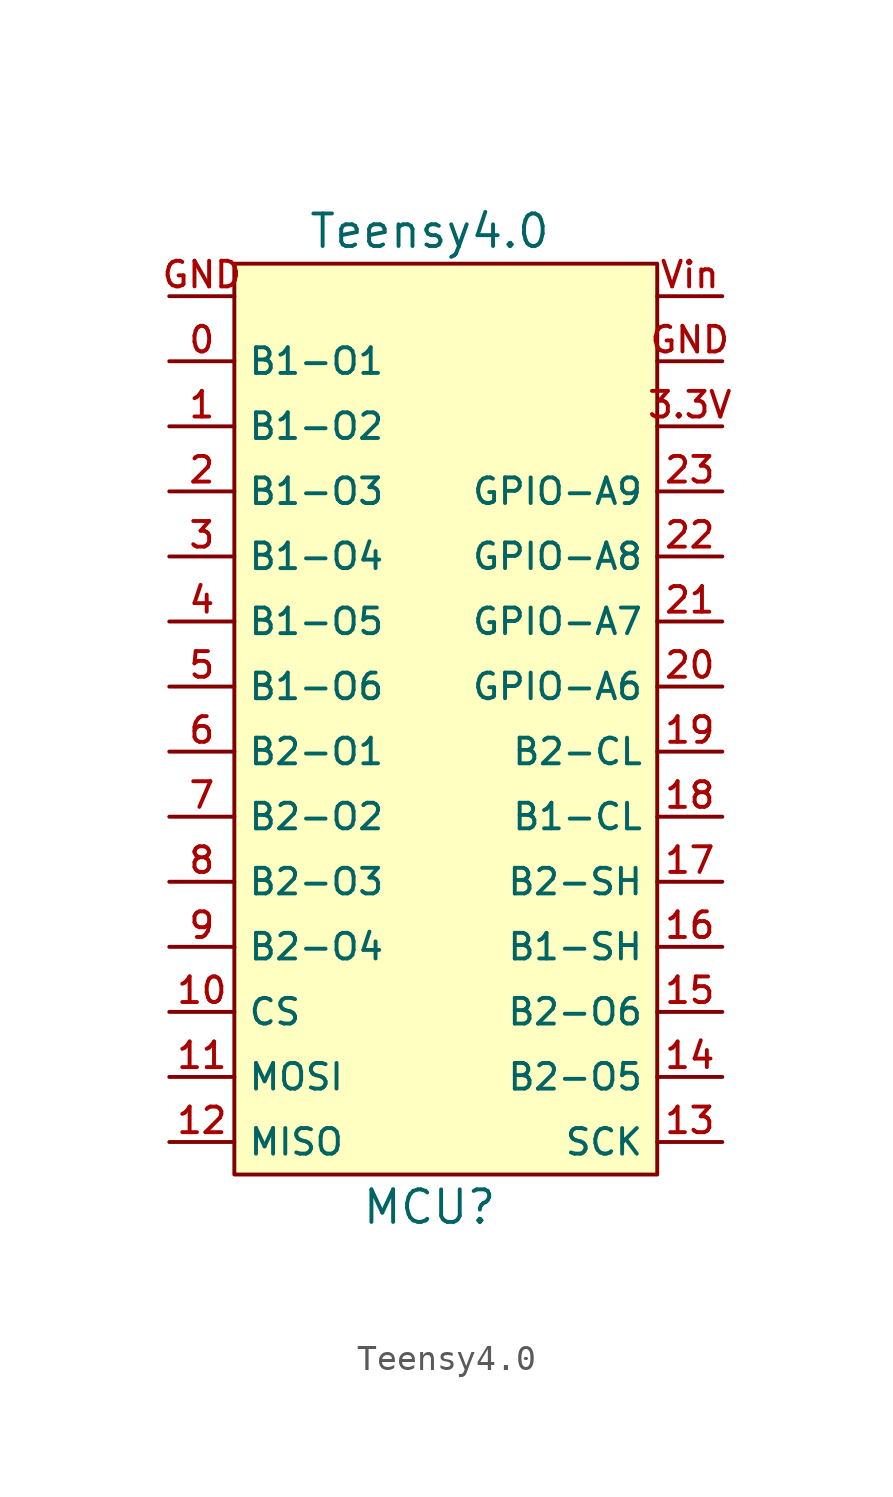
<source format=kicad_sym>
(kicad_symbol_lib
  (version 20211014)
  (generator kicad_symbol_editor)
  (symbol "Teensy4.0"
    (property "Reference" "MCU"
      (at -1.27 -19.05 0)
      (effects (font (size 1.27 1.27))))
    (property "Value" "Teensy4.0"
      (at -1.27 19.05 0)
      (effects (font (size 1.27 1.27))))
    (symbol "Teensy4.0_0_1"
      (rectangle (start -8.89 17.78) (end 7.62 -17.78) (stroke (width 0) (type default) (color 0 0 0 0)) (fill (type background))))
    (symbol "Teensy4.0_1_1"
      (pin output line (at -11.43 13.97 0) (length 2.54) (name "B1-O1" (effects (font (size 1 1)))) (number "0" (effects (font (size 1 1)))))
      (pin output line (at -11.43 11.43 0) (length 2.54) (name "B1-O2" (effects (font (size 1 1)))) (number "1" (effects (font (size 1 1)))))
      (pin output line (at -11.43 -11.43 0) (length 2.54) (name "CS" (effects (font (size 1 1)))) (number "10" (effects (font (size 1 1)))))
      (pin output line (at -11.43 -13.97 0) (length 2.54) (name "MOSI" (effects (font (size 1 1)))) (number "11" (effects (font (size 1 1)))))
      (pin output line (at -11.43 -16.51 0) (length 2.54) (name "MISO" (effects (font (size 1 1)))) (number "12" (effects (font (size 1 1)))))
      (pin output line (at 10.16 -16.51 180) (length 2.54) (name "SCK" (effects (font (size 1 1)))) (number "13" (effects (font (size 1 1)))))
      (pin output line (at 10.16 -13.97 180) (length 2.54) (name "B2-O5" (effects (font (size 1 1)))) (number "14" (effects (font (size 1 1)))))
      (pin output line (at 10.16 -11.43 180) (length 2.54) (name "B2-O6" (effects (font (size 1 1)))) (number "15" (effects (font (size 1 1)))))
      (pin output line (at 10.16 -8.89 180) (length 2.54) (name "B1-SH" (effects (font (size 1 1)))) (number "16" (effects (font (size 1 1)))))
      (pin output line (at 10.16 -6.35 180) (length 2.54) (name "B2-SH" (effects (font (size 1 1)))) (number "17" (effects (font (size 1 1)))))
      (pin output line (at 10.16 -3.81 180) (length 2.54) (name "B1-CL" (effects (font (size 1 1)))) (number "18" (effects (font (size 1 1)))))
      (pin output line (at 10.16 -1.27 180) (length 2.54) (name "B2-CL" (effects (font (size 1 1)))) (number "19" (effects (font (size 1 1)))))
      (pin output line (at -11.43 8.89 0) (length 2.54) (name "B1-O3" (effects (font (size 1 1)))) (number "2" (effects (font (size 1 1)))))
      (pin output line (at 10.16 1.27 180) (length 2.54) (name "GPIO-A6" (effects (font (size 1 1)))) (number "20" (effects (font (size 1 1)))))
      (pin output line (at 10.16 3.81 180) (length 2.54) (name "GPIO-A7" (effects (font (size 1 1)))) (number "21" (effects (font (size 1 1)))))
      (pin output line (at 10.16 6.35 180) (length 2.54) (name "GPIO-A8" (effects (font (size 1 1)))) (number "22" (effects (font (size 1 1)))))
      (pin output line (at 10.16 8.89 180) (length 2.54) (name "GPIO-A9" (effects (font (size 1 1)))) (number "23" (effects (font (size 1 1)))))
      (pin output line (at -11.43 6.35 0) (length 2.54) (name "B1-O4" (effects (font (size 1 1)))) (number "3" (effects (font (size 1 1)))))
      (pin output line (at 10.16 11.43 180) (length 2.54) (name "" (effects (font (size 1 1)))) (number "3.3V" (effects (font (size 1 1)))))
      (pin output line (at -11.43 3.81 0) (length 2.54) (name "B1-O5" (effects (font (size 1 1)))) (number "4" (effects (font (size 1 1)))))
      (pin output line (at -11.43 1.27 0) (length 2.54) (name "B1-O6" (effects (font (size 1 1)))) (number "5" (effects (font (size 1 1)))))
      (pin output line (at -11.43 -1.27 0) (length 2.54) (name "B2-O1" (effects (font (size 1 1)))) (number "6" (effects (font (size 1 1)))))
      (pin output line (at -11.43 -3.81 0) (length 2.54) (name "B2-O2" (effects (font (size 1 1)))) (number "7" (effects (font (size 1 1)))))
      (pin output line (at -11.43 -6.35 0) (length 2.54) (name "B2-O3" (effects (font (size 1 1)))) (number "8" (effects (font (size 1 1)))))
      (pin output line (at -11.43 -8.89 0) (length 2.54) (name "B2-O4" (effects (font (size 1 1)))) (number "9" (effects (font (size 1 1)))))
      (pin input line (at -11.43 16.51 0) (length 2.54) (name "" (effects (font (size 1 1)))) (number "GND" (effects (font (size 1 1)))))
      (pin input line (at 10.16 13.97 180) (length 2.54) (name "" (effects (font (size 1 1)))) (number "GND" (effects (font (size 1 1)))))
      (pin input line (at 10.16 16.51 180) (length 2.54) (name "" (effects (font (size 1 1)))) (number "Vin" (effects (font (size 1 1))))))))
</source>
